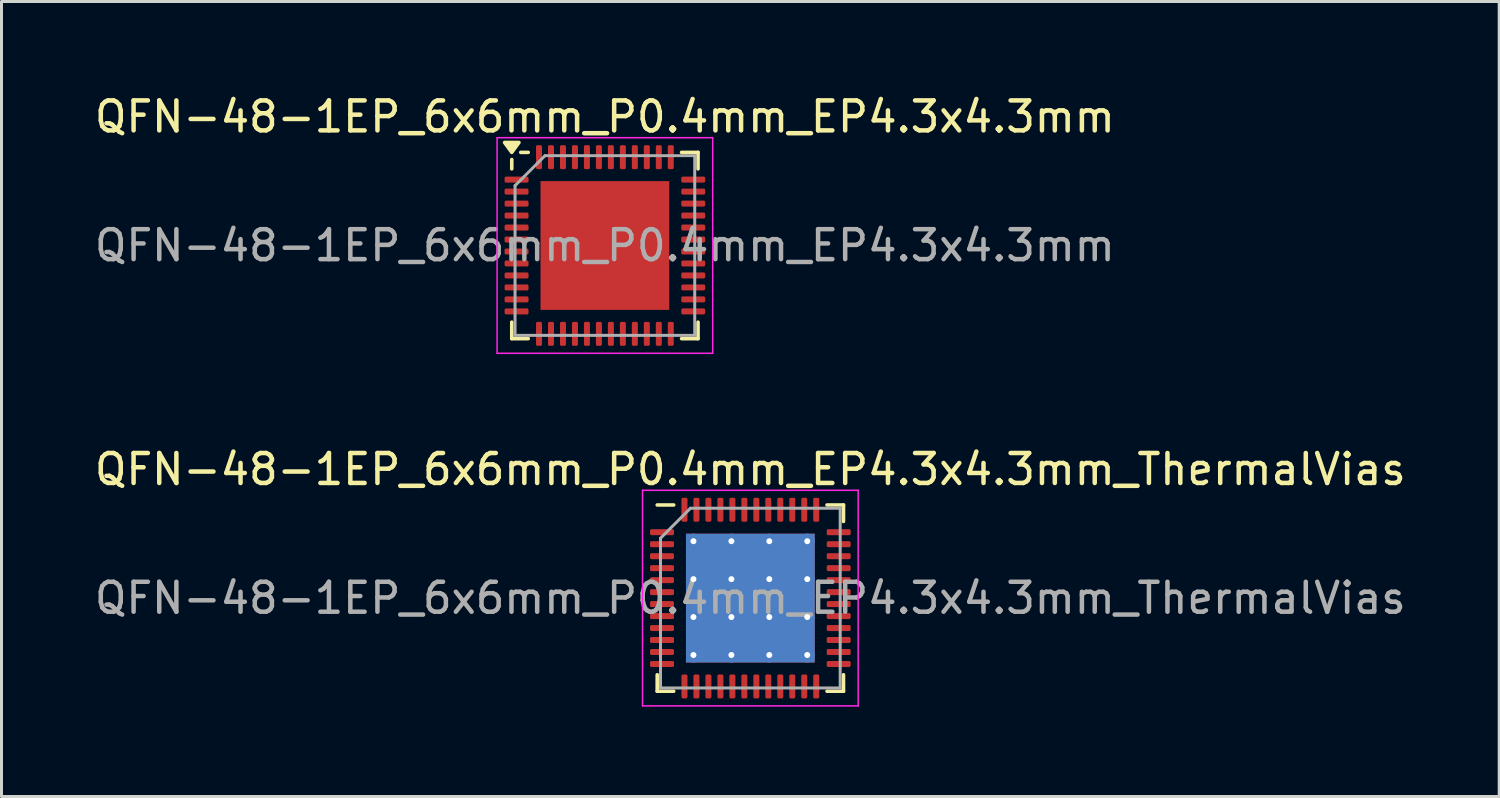
<source format=kicad_pcb>
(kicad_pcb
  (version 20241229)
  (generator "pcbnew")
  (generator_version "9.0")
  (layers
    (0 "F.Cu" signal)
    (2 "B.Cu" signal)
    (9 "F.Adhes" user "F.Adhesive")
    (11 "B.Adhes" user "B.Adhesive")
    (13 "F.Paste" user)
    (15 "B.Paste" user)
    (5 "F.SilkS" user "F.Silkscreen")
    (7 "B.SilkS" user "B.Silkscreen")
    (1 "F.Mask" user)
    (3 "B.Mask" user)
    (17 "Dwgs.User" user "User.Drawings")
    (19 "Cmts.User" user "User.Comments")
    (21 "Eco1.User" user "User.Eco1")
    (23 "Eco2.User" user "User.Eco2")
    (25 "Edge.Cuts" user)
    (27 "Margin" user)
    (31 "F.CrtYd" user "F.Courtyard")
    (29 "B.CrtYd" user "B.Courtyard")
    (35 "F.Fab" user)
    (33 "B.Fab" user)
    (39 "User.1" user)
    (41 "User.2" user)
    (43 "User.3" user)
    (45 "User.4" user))
  (footprint "QFN-48-1EP_6x6mm_P0.4mm_EP4.3x4.3mm"
    (layer "F.Cu")
    (at 17.149 5.148)
    (property "Reference" "QFN-48-1EP_6x6mm_P0.4mm_EP4.3x4.3mm" (at 0 -4.3 0) (layer "F.SilkS") (effects (font (size 1 1) (thickness 0.15))))
    (attr smd)
    (fp_line (start -3.11 -2.56) (end -3.11 -2.87) (stroke (width 0.12) (type solid)) (layer "F.SilkS"))
    (fp_line (start -3.11 3.11) (end -3.11 2.56) (stroke (width 0.12) (type solid)) (layer "F.SilkS"))
    (fp_line (start -2.56 -3.11) (end -2.81 -3.11) (stroke (width 0.12) (type solid)) (layer "F.SilkS"))
    (fp_line (start -2.56 3.11) (end -3.11 3.11) (stroke (width 0.12) (type solid)) (layer "F.SilkS"))
    (fp_line (start 2.56 -3.11) (end 3.11 -3.11) (stroke (width 0.12) (type solid)) (layer "F.SilkS"))
    (fp_line (start 2.56 3.11) (end 3.11 3.11) (stroke (width 0.12) (type solid)) (layer "F.SilkS"))
    (fp_line (start 3.11 -3.11) (end 3.11 -2.56) (stroke (width 0.12) (type solid)) (layer "F.SilkS"))
    (fp_line (start 3.11 3.11) (end 3.11 2.56) (stroke (width 0.12) (type solid)) (layer "F.SilkS"))
    (fp_poly (pts (xy -3.11 -3.11) (xy -3.35 -3.44) (xy -2.87 -3.44) (xy -3.11 -3.11)) (stroke (width 0.12) (type solid)) (fill yes) (layer "F.SilkS"))
    (fp_line (start -3.6 -3.6) (end -3.6 3.6) (stroke (width 0.05) (type solid)) (layer "F.CrtYd"))
    (fp_line (start -3.6 3.6) (end 3.6 3.6) (stroke (width 0.05) (type solid)) (layer "F.CrtYd"))
    (fp_line (start 3.6 -3.6) (end -3.6 -3.6) (stroke (width 0.05) (type solid)) (layer "F.CrtYd"))
    (fp_line (start 3.6 3.6) (end 3.6 -3.6) (stroke (width 0.05) (type solid)) (layer "F.CrtYd"))
    (fp_line (start -3 -2) (end -2 -3) (stroke (width 0.1) (type solid)) (layer "F.Fab"))
    (fp_line (start -3 3) (end -3 -2) (stroke (width 0.1) (type solid)) (layer "F.Fab"))
    (fp_line (start -2 -3) (end 3 -3) (stroke (width 0.1) (type solid)) (layer "F.Fab"))
    (fp_line (start 3 -3) (end 3 3) (stroke (width 0.1) (type solid)) (layer "F.Fab"))
    (fp_line (start 3 3) (end -3 3) (stroke (width 0.1) (type solid)) (layer "F.Fab"))
    (fp_text user "${REFERENCE}" (at 0 0 0) (layer "F.Fab") (effects (font (size 1 1) (thickness 0.15))))
    (pad "" smd roundrect (at -1.43 -1.43) (size 1.16 1.16) (layers "F.Paste") (roundrect_rratio 0.216))
    (pad "" smd roundrect (at -1.43 0) (size 1.16 1.16) (layers "F.Paste") (roundrect_rratio 0.216))
    (pad "" smd roundrect (at -1.43 1.43) (size 1.16 1.16) (layers "F.Paste") (roundrect_rratio 0.216))
    (pad "" smd roundrect (at 0 -1.43) (size 1.16 1.16) (layers "F.Paste") (roundrect_rratio 0.216))
    (pad "" smd roundrect (at 0 0) (size 1.16 1.16) (layers "F.Paste") (roundrect_rratio 0.216))
    (pad "" smd roundrect (at 0 1.43) (size 1.16 1.16) (layers "F.Paste") (roundrect_rratio 0.216))
    (pad "" smd roundrect (at 1.43 -1.43) (size 1.16 1.16) (layers "F.Paste") (roundrect_rratio 0.216))
    (pad "" smd roundrect (at 1.43 0) (size 1.16 1.16) (layers "F.Paste") (roundrect_rratio 0.216))
    (pad "" smd roundrect (at 1.43 1.43) (size 1.16 1.16) (layers "F.Paste") (roundrect_rratio 0.216))
    (pad "1" smd roundrect (at -2.95 -2.2) (size 0.8 0.2) (layers "F.Cu" "F.Mask" "F.Paste") (roundrect_rratio 0.25))
    (pad "2" smd roundrect (at -2.95 -1.8) (size 0.8 0.2) (layers "F.Cu" "F.Mask" "F.Paste") (roundrect_rratio 0.25))
    (pad "3" smd roundrect (at -2.95 -1.4) (size 0.8 0.2) (layers "F.Cu" "F.Mask" "F.Paste") (roundrect_rratio 0.25))
    (pad "4" smd roundrect (at -2.95 -1) (size 0.8 0.2) (layers "F.Cu" "F.Mask" "F.Paste") (roundrect_rratio 0.25))
    (pad "5" smd roundrect (at -2.95 -0.6) (size 0.8 0.2) (layers "F.Cu" "F.Mask" "F.Paste") (roundrect_rratio 0.25))
    (pad "6" smd roundrect (at -2.95 -0.2) (size 0.8 0.2) (layers "F.Cu" "F.Mask" "F.Paste") (roundrect_rratio 0.25))
    (pad "7" smd roundrect (at -2.95 0.2) (size 0.8 0.2) (layers "F.Cu" "F.Mask" "F.Paste") (roundrect_rratio 0.25))
    (pad "8" smd roundrect (at -2.95 0.6) (size 0.8 0.2) (layers "F.Cu" "F.Mask" "F.Paste") (roundrect_rratio 0.25))
    (pad "9" smd roundrect (at -2.95 1) (size 0.8 0.2) (layers "F.Cu" "F.Mask" "F.Paste") (roundrect_rratio 0.25))
    (pad "10" smd roundrect (at -2.95 1.4) (size 0.8 0.2) (layers "F.Cu" "F.Mask" "F.Paste") (roundrect_rratio 0.25))
    (pad "11" smd roundrect (at -2.95 1.8) (size 0.8 0.2) (layers "F.Cu" "F.Mask" "F.Paste") (roundrect_rratio 0.25))
    (pad "12" smd roundrect (at -2.95 2.2) (size 0.8 0.2) (layers "F.Cu" "F.Mask" "F.Paste") (roundrect_rratio 0.25))
    (pad "13" smd roundrect (at -2.2 2.95) (size 0.2 0.8) (layers "F.Cu" "F.Mask" "F.Paste") (roundrect_rratio 0.25))
    (pad "14" smd roundrect (at -1.8 2.95) (size 0.2 0.8) (layers "F.Cu" "F.Mask" "F.Paste") (roundrect_rratio 0.25))
    (pad "15" smd roundrect (at -1.4 2.95) (size 0.2 0.8) (layers "F.Cu" "F.Mask" "F.Paste") (roundrect_rratio 0.25))
    (pad "16" smd roundrect (at -1 2.95) (size 0.2 0.8) (layers "F.Cu" "F.Mask" "F.Paste") (roundrect_rratio 0.25))
    (pad "17" smd roundrect (at -0.6 2.95) (size 0.2 0.8) (layers "F.Cu" "F.Mask" "F.Paste") (roundrect_rratio 0.25))
    (pad "18" smd roundrect (at -0.2 2.95) (size 0.2 0.8) (layers "F.Cu" "F.Mask" "F.Paste") (roundrect_rratio 0.25))
    (pad "19" smd roundrect (at 0.2 2.95) (size 0.2 0.8) (layers "F.Cu" "F.Mask" "F.Paste") (roundrect_rratio 0.25))
    (pad "20" smd roundrect (at 0.6 2.95) (size 0.2 0.8) (layers "F.Cu" "F.Mask" "F.Paste") (roundrect_rratio 0.25))
    (pad "21" smd roundrect (at 1 2.95) (size 0.2 0.8) (layers "F.Cu" "F.Mask" "F.Paste") (roundrect_rratio 0.25))
    (pad "22" smd roundrect (at 1.4 2.95) (size 0.2 0.8) (layers "F.Cu" "F.Mask" "F.Paste") (roundrect_rratio 0.25))
    (pad "23" smd roundrect (at 1.8 2.95) (size 0.2 0.8) (layers "F.Cu" "F.Mask" "F.Paste") (roundrect_rratio 0.25))
    (pad "24" smd roundrect (at 2.2 2.95) (size 0.2 0.8) (layers "F.Cu" "F.Mask" "F.Paste") (roundrect_rratio 0.25))
    (pad "25" smd roundrect (at 2.95 2.2) (size 0.8 0.2) (layers "F.Cu" "F.Mask" "F.Paste") (roundrect_rratio 0.25))
    (pad "26" smd roundrect (at 2.95 1.8) (size 0.8 0.2) (layers "F.Cu" "F.Mask" "F.Paste") (roundrect_rratio 0.25))
    (pad "27" smd roundrect (at 2.95 1.4) (size 0.8 0.2) (layers "F.Cu" "F.Mask" "F.Paste") (roundrect_rratio 0.25))
    (pad "28" smd roundrect (at 2.95 1) (size 0.8 0.2) (layers "F.Cu" "F.Mask" "F.Paste") (roundrect_rratio 0.25))
    (pad "29" smd roundrect (at 2.95 0.6) (size 0.8 0.2) (layers "F.Cu" "F.Mask" "F.Paste") (roundrect_rratio 0.25))
    (pad "30" smd roundrect (at 2.95 0.2) (size 0.8 0.2) (layers "F.Cu" "F.Mask" "F.Paste") (roundrect_rratio 0.25))
    (pad "31" smd roundrect (at 2.95 -0.2) (size 0.8 0.2) (layers "F.Cu" "F.Mask" "F.Paste") (roundrect_rratio 0.25))
    (pad "32" smd roundrect (at 2.95 -0.6) (size 0.8 0.2) (layers "F.Cu" "F.Mask" "F.Paste") (roundrect_rratio 0.25))
    (pad "33" smd roundrect (at 2.95 -1) (size 0.8 0.2) (layers "F.Cu" "F.Mask" "F.Paste") (roundrect_rratio 0.25))
    (pad "34" smd roundrect (at 2.95 -1.4) (size 0.8 0.2) (layers "F.Cu" "F.Mask" "F.Paste") (roundrect_rratio 0.25))
    (pad "35" smd roundrect (at 2.95 -1.8) (size 0.8 0.2) (layers "F.Cu" "F.Mask" "F.Paste") (roundrect_rratio 0.25))
    (pad "36" smd roundrect (at 2.95 -2.2) (size 0.8 0.2) (layers "F.Cu" "F.Mask" "F.Paste") (roundrect_rratio 0.25))
    (pad "37" smd roundrect (at 2.2 -2.95) (size 0.2 0.8) (layers "F.Cu" "F.Mask" "F.Paste") (roundrect_rratio 0.25))
    (pad "38" smd roundrect (at 1.8 -2.95) (size 0.2 0.8) (layers "F.Cu" "F.Mask" "F.Paste") (roundrect_rratio 0.25))
    (pad "39" smd roundrect (at 1.4 -2.95) (size 0.2 0.8) (layers "F.Cu" "F.Mask" "F.Paste") (roundrect_rratio 0.25))
    (pad "40" smd roundrect (at 1 -2.95) (size 0.2 0.8) (layers "F.Cu" "F.Mask" "F.Paste") (roundrect_rratio 0.25))
    (pad "41" smd roundrect (at 0.6 -2.95) (size 0.2 0.8) (layers "F.Cu" "F.Mask" "F.Paste") (roundrect_rratio 0.25))
    (pad "42" smd roundrect (at 0.2 -2.95) (size 0.2 0.8) (layers "F.Cu" "F.Mask" "F.Paste") (roundrect_rratio 0.25))
    (pad "43" smd roundrect (at -0.2 -2.95) (size 0.2 0.8) (layers "F.Cu" "F.Mask" "F.Paste") (roundrect_rratio 0.25))
    (pad "44" smd roundrect (at -0.6 -2.95) (size 0.2 0.8) (layers "F.Cu" "F.Mask" "F.Paste") (roundrect_rratio 0.25))
    (pad "45" smd roundrect (at -1 -2.95) (size 0.2 0.8) (layers "F.Cu" "F.Mask" "F.Paste") (roundrect_rratio 0.25))
    (pad "46" smd roundrect (at -1.4 -2.95) (size 0.2 0.8) (layers "F.Cu" "F.Mask" "F.Paste") (roundrect_rratio 0.25))
    (pad "47" smd roundrect (at -1.8 -2.95) (size 0.2 0.8) (layers "F.Cu" "F.Mask" "F.Paste") (roundrect_rratio 0.25))
    (pad "48" smd roundrect (at -2.2 -2.95) (size 0.2 0.8) (layers "F.Cu" "F.Mask" "F.Paste") (roundrect_rratio 0.25))
    (pad "49" smd rect (at 0 0) (size 4.3 4.3) (property pad_prop_heatsink) (layers "F.Cu" "F.Mask")))
  (footprint "QFN-48-1EP_6x6mm_P0.4mm_EP4.3x4.3mm_ThermalVias"
    (layer "F.Cu")
    (at 22.006 16.922)
    (property "Reference" "QFN-48-1EP_6x6mm_P0.4mm_EP4.3x4.3mm_ThermalVias" (at 0 -4.3 0) (layer "F.SilkS") (effects (font (size 1 1) (thickness 0.15))))
    (attr smd)
    (fp_line (start -3.11 3.11) (end -3.11 2.56) (stroke (width 0.12) (type solid)) (layer "F.SilkS"))
    (fp_line (start -2.56 -3.11) (end -3.11 -3.11) (stroke (width 0.12) (type solid)) (layer "F.SilkS"))
    (fp_line (start -2.56 3.11) (end -3.11 3.11) (stroke (width 0.12) (type solid)) (layer "F.SilkS"))
    (fp_line (start 2.56 -3.11) (end 3.11 -3.11) (stroke (width 0.12) (type solid)) (layer "F.SilkS"))
    (fp_line (start 2.56 3.11) (end 3.11 3.11) (stroke (width 0.12) (type solid)) (layer "F.SilkS"))
    (fp_line (start 3.11 -3.11) (end 3.11 -2.56) (stroke (width 0.12) (type solid)) (layer "F.SilkS"))
    (fp_line (start 3.11 3.11) (end 3.11 2.56) (stroke (width 0.12) (type solid)) (layer "F.SilkS"))
    (fp_line (start -3.6 -3.6) (end -3.6 3.6) (stroke (width 0.05) (type solid)) (layer "F.CrtYd"))
    (fp_line (start -3.6 3.6) (end 3.6 3.6) (stroke (width 0.05) (type solid)) (layer "F.CrtYd"))
    (fp_line (start 3.6 -3.6) (end -3.6 -3.6) (stroke (width 0.05) (type solid)) (layer "F.CrtYd"))
    (fp_line (start 3.6 3.6) (end 3.6 -3.6) (stroke (width 0.05) (type solid)) (layer "F.CrtYd"))
    (fp_line (start -3 -2) (end -2 -3) (stroke (width 0.1) (type solid)) (layer "F.Fab"))
    (fp_line (start -3 3) (end -3 -2) (stroke (width 0.1) (type solid)) (layer "F.Fab"))
    (fp_line (start -2 -3) (end 3 -3) (stroke (width 0.1) (type solid)) (layer "F.Fab"))
    (fp_line (start 3 -3) (end 3 3) (stroke (width 0.1) (type solid)) (layer "F.Fab"))
    (fp_line (start 3 3) (end -3 3) (stroke (width 0.1) (type solid)) (layer "F.Fab"))
    (fp_text user "${REFERENCE}" (at 0 0 0) (layer "F.Fab") (effects (font (size 1 1) (thickness 0.15))))
    (pad "" smd custom (at -1.267 -1.267) (size 1.034 1.034) (layers "F.Paste") (options (anchor circle)) (primitives (gr_poly (pts (xy 0.456 -0.356) (xy 0.456 0.356) (xy 0.356 0.456) (xy -0.356 0.456) (xy -0.456 0.356) (xy -0.456 -0.356) (xy -0.356 -0.456) (xy 0.356 -0.456)) (width 0.243) (fill yes))))
    (pad "" smd custom (at -1.267 0) (size 1.034 1.034) (layers "F.Paste") (options (anchor circle)) (primitives (gr_poly (pts (xy 0.456 -0.356) (xy 0.456 0.356) (xy 0.356 0.456) (xy -0.356 0.456) (xy -0.456 0.356) (xy -0.456 -0.356) (xy -0.356 -0.456) (xy 0.356 -0.456)) (width 0.243) (fill yes))))
    (pad "" smd custom (at -1.267 1.267) (size 1.034 1.034) (layers "F.Paste") (options (anchor circle)) (primitives (gr_poly (pts (xy 0.456 -0.356) (xy 0.456 0.356) (xy 0.356 0.456) (xy -0.356 0.456) (xy -0.456 0.356) (xy -0.456 -0.356) (xy -0.356 -0.456) (xy 0.356 -0.456)) (width 0.243) (fill yes))))
    (pad "" smd custom (at 0 -1.267) (size 1.034 1.034) (layers "F.Paste") (options (anchor circle)) (primitives (gr_poly (pts (xy 0.456 -0.356) (xy 0.456 0.356) (xy 0.356 0.456) (xy -0.356 0.456) (xy -0.456 0.356) (xy -0.456 -0.356) (xy -0.356 -0.456) (xy 0.356 -0.456)) (width 0.243) (fill yes))))
    (pad "" smd custom (at 0 0) (size 1.034 1.034) (layers "F.Paste") (options (anchor circle)) (primitives (gr_poly (pts (xy 0.456 -0.356) (xy 0.456 0.356) (xy 0.356 0.456) (xy -0.356 0.456) (xy -0.456 0.356) (xy -0.456 -0.356) (xy -0.356 -0.456) (xy 0.356 -0.456)) (width 0.243) (fill yes))))
    (pad "" smd custom (at 0 1.267) (size 1.034 1.034) (layers "F.Paste") (options (anchor circle)) (primitives (gr_poly (pts (xy 0.456 -0.356) (xy 0.456 0.356) (xy 0.356 0.456) (xy -0.356 0.456) (xy -0.456 0.356) (xy -0.456 -0.356) (xy -0.356 -0.456) (xy 0.356 -0.456)) (width 0.243) (fill yes))))
    (pad "" smd custom (at 1.267 -1.267) (size 1.034 1.034) (layers "F.Paste") (options (anchor circle)) (primitives (gr_poly (pts (xy 0.456 -0.356) (xy 0.456 0.356) (xy 0.356 0.456) (xy -0.356 0.456) (xy -0.456 0.356) (xy -0.456 -0.356) (xy -0.356 -0.456) (xy 0.356 -0.456)) (width 0.243) (fill yes))))
    (pad "" smd custom (at 1.267 0) (size 1.034 1.034) (layers "F.Paste") (options (anchor circle)) (primitives (gr_poly (pts (xy 0.456 -0.356) (xy 0.456 0.356) (xy 0.356 0.456) (xy -0.356 0.456) (xy -0.456 0.356) (xy -0.456 -0.356) (xy -0.356 -0.456) (xy 0.356 -0.456)) (width 0.243) (fill yes))))
    (pad "" smd custom (at 1.267 1.267) (size 1.034 1.034) (layers "F.Paste") (options (anchor circle)) (primitives (gr_poly (pts (xy 0.456 -0.356) (xy 0.456 0.356) (xy 0.356 0.456) (xy -0.356 0.456) (xy -0.456 0.356) (xy -0.456 -0.356) (xy -0.356 -0.456) (xy 0.356 -0.456)) (width 0.243) (fill yes))))
    (pad "1" smd roundrect (at -2.95 -2.2) (size 0.8 0.2) (layers "F.Cu" "F.Mask" "F.Paste") (roundrect_rratio 0.25))
    (pad "2" smd roundrect (at -2.95 -1.8) (size 0.8 0.2) (layers "F.Cu" "F.Mask" "F.Paste") (roundrect_rratio 0.25))
    (pad "3" smd roundrect (at -2.95 -1.4) (size 0.8 0.2) (layers "F.Cu" "F.Mask" "F.Paste") (roundrect_rratio 0.25))
    (pad "4" smd roundrect (at -2.95 -1) (size 0.8 0.2) (layers "F.Cu" "F.Mask" "F.Paste") (roundrect_rratio 0.25))
    (pad "5" smd roundrect (at -2.95 -0.6) (size 0.8 0.2) (layers "F.Cu" "F.Mask" "F.Paste") (roundrect_rratio 0.25))
    (pad "6" smd roundrect (at -2.95 -0.2) (size 0.8 0.2) (layers "F.Cu" "F.Mask" "F.Paste") (roundrect_rratio 0.25))
    (pad "7" smd roundrect (at -2.95 0.2) (size 0.8 0.2) (layers "F.Cu" "F.Mask" "F.Paste") (roundrect_rratio 0.25))
    (pad "8" smd roundrect (at -2.95 0.6) (size 0.8 0.2) (layers "F.Cu" "F.Mask" "F.Paste") (roundrect_rratio 0.25))
    (pad "9" smd roundrect (at -2.95 1) (size 0.8 0.2) (layers "F.Cu" "F.Mask" "F.Paste") (roundrect_rratio 0.25))
    (pad "10" smd roundrect (at -2.95 1.4) (size 0.8 0.2) (layers "F.Cu" "F.Mask" "F.Paste") (roundrect_rratio 0.25))
    (pad "11" smd roundrect (at -2.95 1.8) (size 0.8 0.2) (layers "F.Cu" "F.Mask" "F.Paste") (roundrect_rratio 0.25))
    (pad "12" smd roundrect (at -2.95 2.2) (size 0.8 0.2) (layers "F.Cu" "F.Mask" "F.Paste") (roundrect_rratio 0.25))
    (pad "13" smd roundrect (at -2.2 2.95) (size 0.2 0.8) (layers "F.Cu" "F.Mask" "F.Paste") (roundrect_rratio 0.25))
    (pad "14" smd roundrect (at -1.8 2.95) (size 0.2 0.8) (layers "F.Cu" "F.Mask" "F.Paste") (roundrect_rratio 0.25))
    (pad "15" smd roundrect (at -1.4 2.95) (size 0.2 0.8) (layers "F.Cu" "F.Mask" "F.Paste") (roundrect_rratio 0.25))
    (pad "16" smd roundrect (at -1 2.95) (size 0.2 0.8) (layers "F.Cu" "F.Mask" "F.Paste") (roundrect_rratio 0.25))
    (pad "17" smd roundrect (at -0.6 2.95) (size 0.2 0.8) (layers "F.Cu" "F.Mask" "F.Paste") (roundrect_rratio 0.25))
    (pad "18" smd roundrect (at -0.2 2.95) (size 0.2 0.8) (layers "F.Cu" "F.Mask" "F.Paste") (roundrect_rratio 0.25))
    (pad "19" smd roundrect (at 0.2 2.95) (size 0.2 0.8) (layers "F.Cu" "F.Mask" "F.Paste") (roundrect_rratio 0.25))
    (pad "20" smd roundrect (at 0.6 2.95) (size 0.2 0.8) (layers "F.Cu" "F.Mask" "F.Paste") (roundrect_rratio 0.25))
    (pad "21" smd roundrect (at 1 2.95) (size 0.2 0.8) (layers "F.Cu" "F.Mask" "F.Paste") (roundrect_rratio 0.25))
    (pad "22" smd roundrect (at 1.4 2.95) (size 0.2 0.8) (layers "F.Cu" "F.Mask" "F.Paste") (roundrect_rratio 0.25))
    (pad "23" smd roundrect (at 1.8 2.95) (size 0.2 0.8) (layers "F.Cu" "F.Mask" "F.Paste") (roundrect_rratio 0.25))
    (pad "24" smd roundrect (at 2.2 2.95) (size 0.2 0.8) (layers "F.Cu" "F.Mask" "F.Paste") (roundrect_rratio 0.25))
    (pad "25" smd roundrect (at 2.95 2.2) (size 0.8 0.2) (layers "F.Cu" "F.Mask" "F.Paste") (roundrect_rratio 0.25))
    (pad "26" smd roundrect (at 2.95 1.8) (size 0.8 0.2) (layers "F.Cu" "F.Mask" "F.Paste") (roundrect_rratio 0.25))
    (pad "27" smd roundrect (at 2.95 1.4) (size 0.8 0.2) (layers "F.Cu" "F.Mask" "F.Paste") (roundrect_rratio 0.25))
    (pad "28" smd roundrect (at 2.95 1) (size 0.8 0.2) (layers "F.Cu" "F.Mask" "F.Paste") (roundrect_rratio 0.25))
    (pad "29" smd roundrect (at 2.95 0.6) (size 0.8 0.2) (layers "F.Cu" "F.Mask" "F.Paste") (roundrect_rratio 0.25))
    (pad "30" smd roundrect (at 2.95 0.2) (size 0.8 0.2) (layers "F.Cu" "F.Mask" "F.Paste") (roundrect_rratio 0.25))
    (pad "31" smd roundrect (at 2.95 -0.2) (size 0.8 0.2) (layers "F.Cu" "F.Mask" "F.Paste") (roundrect_rratio 0.25))
    (pad "32" smd roundrect (at 2.95 -0.6) (size 0.8 0.2) (layers "F.Cu" "F.Mask" "F.Paste") (roundrect_rratio 0.25))
    (pad "33" smd roundrect (at 2.95 -1) (size 0.8 0.2) (layers "F.Cu" "F.Mask" "F.Paste") (roundrect_rratio 0.25))
    (pad "34" smd roundrect (at 2.95 -1.4) (size 0.8 0.2) (layers "F.Cu" "F.Mask" "F.Paste") (roundrect_rratio 0.25))
    (pad "35" smd roundrect (at 2.95 -1.8) (size 0.8 0.2) (layers "F.Cu" "F.Mask" "F.Paste") (roundrect_rratio 0.25))
    (pad "36" smd roundrect (at 2.95 -2.2) (size 0.8 0.2) (layers "F.Cu" "F.Mask" "F.Paste") (roundrect_rratio 0.25))
    (pad "37" smd roundrect (at 2.2 -2.95) (size 0.2 0.8) (layers "F.Cu" "F.Mask" "F.Paste") (roundrect_rratio 0.25))
    (pad "38" smd roundrect (at 1.8 -2.95) (size 0.2 0.8) (layers "F.Cu" "F.Mask" "F.Paste") (roundrect_rratio 0.25))
    (pad "39" smd roundrect (at 1.4 -2.95) (size 0.2 0.8) (layers "F.Cu" "F.Mask" "F.Paste") (roundrect_rratio 0.25))
    (pad "40" smd roundrect (at 1 -2.95) (size 0.2 0.8) (layers "F.Cu" "F.Mask" "F.Paste") (roundrect_rratio 0.25))
    (pad "41" smd roundrect (at 0.6 -2.95) (size 0.2 0.8) (layers "F.Cu" "F.Mask" "F.Paste") (roundrect_rratio 0.25))
    (pad "42" smd roundrect (at 0.2 -2.95) (size 0.2 0.8) (layers "F.Cu" "F.Mask" "F.Paste") (roundrect_rratio 0.25))
    (pad "43" smd roundrect (at -0.2 -2.95) (size 0.2 0.8) (layers "F.Cu" "F.Mask" "F.Paste") (roundrect_rratio 0.25))
    (pad "44" smd roundrect (at -0.6 -2.95) (size 0.2 0.8) (layers "F.Cu" "F.Mask" "F.Paste") (roundrect_rratio 0.25))
    (pad "45" smd roundrect (at -1 -2.95) (size 0.2 0.8) (layers "F.Cu" "F.Mask" "F.Paste") (roundrect_rratio 0.25))
    (pad "46" smd roundrect (at -1.4 -2.95) (size 0.2 0.8) (layers "F.Cu" "F.Mask" "F.Paste") (roundrect_rratio 0.25))
    (pad "47" smd roundrect (at -1.8 -2.95) (size 0.2 0.8) (layers "F.Cu" "F.Mask" "F.Paste") (roundrect_rratio 0.25))
    (pad "48" smd roundrect (at -2.2 -2.95) (size 0.2 0.8) (layers "F.Cu" "F.Mask" "F.Paste") (roundrect_rratio 0.25))
    (pad "49" thru_hole circle (at -1.9 -1.9) (size 0.5 0.5) (drill 0.2) (layers "*.Cu"))
    (pad "49" thru_hole circle (at -1.9 -0.633) (size 0.5 0.5) (drill 0.2) (layers "*.Cu"))
    (pad "49" thru_hole circle (at -1.9 0.633) (size 0.5 0.5) (drill 0.2) (layers "*.Cu"))
    (pad "49" thru_hole circle (at -1.9 1.9) (size 0.5 0.5) (drill 0.2) (layers "*.Cu"))
    (pad "49" thru_hole circle (at -0.633 -1.9) (size 0.5 0.5) (drill 0.2) (layers "*.Cu"))
    (pad "49" thru_hole circle (at -0.633 -0.633) (size 0.5 0.5) (drill 0.2) (layers "*.Cu"))
    (pad "49" thru_hole circle (at -0.633 0.633) (size 0.5 0.5) (drill 0.2) (layers "*.Cu"))
    (pad "49" thru_hole circle (at -0.633 1.9) (size 0.5 0.5) (drill 0.2) (layers "*.Cu"))
    (pad "49" smd rect (at 0 0) (size 4.3 4.3) (layers "F.Cu" "F.Mask"))
    (pad "49" smd rect (at 0 0) (size 4.3 4.3) (layers "B.Cu"))
    (pad "49" thru_hole circle (at 0.633 -1.9) (size 0.5 0.5) (drill 0.2) (layers "*.Cu"))
    (pad "49" thru_hole circle (at 0.633 -0.633) (size 0.5 0.5) (drill 0.2) (layers "*.Cu"))
    (pad "49" thru_hole circle (at 0.633 0.633) (size 0.5 0.5) (drill 0.2) (layers "*.Cu"))
    (pad "49" thru_hole circle (at 0.633 1.9) (size 0.5 0.5) (drill 0.2) (layers "*.Cu"))
    (pad "49" thru_hole circle (at 1.9 -1.9) (size 0.5 0.5) (drill 0.2) (layers "*.Cu"))
    (pad "49" thru_hole circle (at 1.9 -0.633) (size 0.5 0.5) (drill 0.2) (layers "*.Cu"))
    (pad "49" thru_hole circle (at 1.9 0.633) (size 0.5 0.5) (drill 0.2) (layers "*.Cu"))
    (pad "49" thru_hole circle (at 1.9 1.9) (size 0.5 0.5) (drill 0.2) (layers "*.Cu")))
  (gr_rect
    (start -3 -3)
    (end 47.012 23.547)
    (stroke (width 0.1) (type default))
    (fill no)
    (layer "Edge.Cuts")))
</source>
